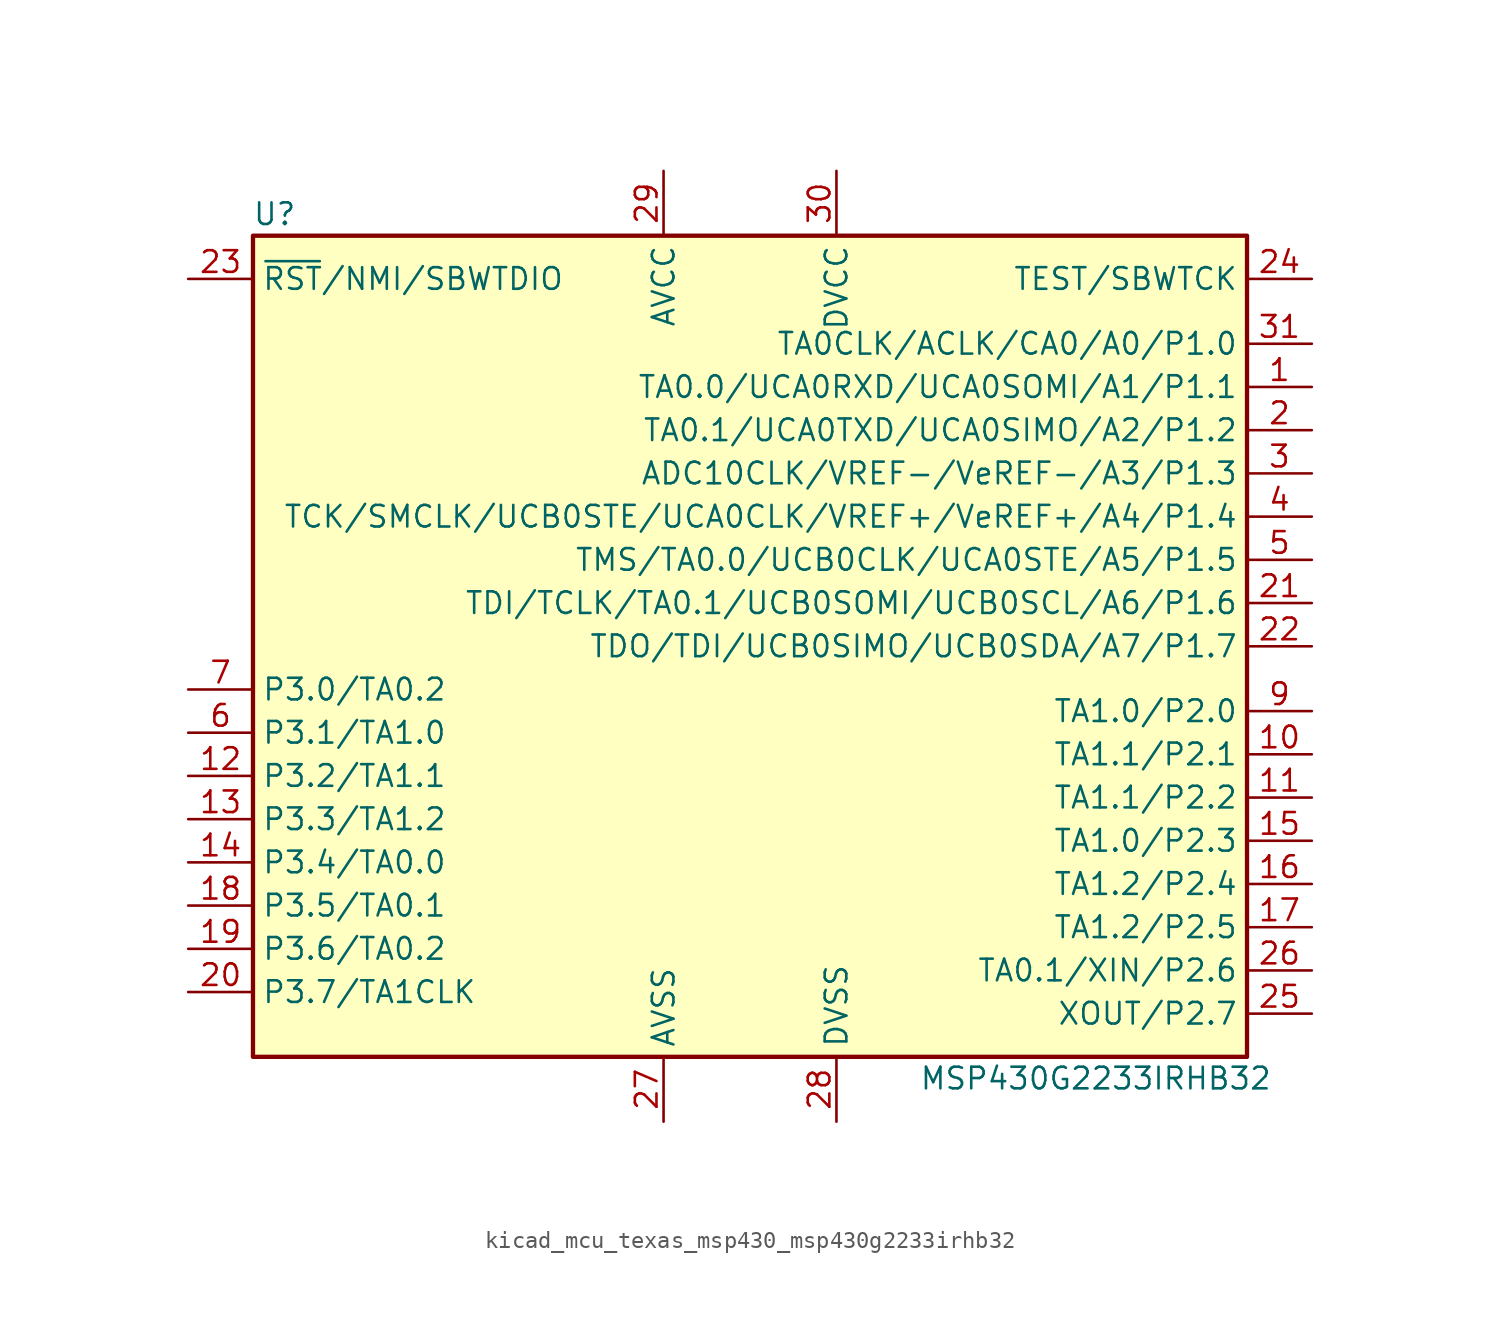
<source format=kicad_sym>
(kicad_symbol_lib
  (version 20220914)
  (generator kicad_symbol_editor)
  (symbol "kicad_mcu_texas_msp430_msp430g2233irhb32"
    (property "Reference" "U"
      (at -27.94 25.4 0)
      (effects (font (size 1.27 1.27))))
    (property "Value" "MSP430G2233IRHB32"
      (at 20.32 -25.4 0)
      (effects (font (size 1.27 1.27))))
    (symbol "kicad_mcu_texas_msp430_msp430g2233irhb32_0_1"
      (rectangle (start -29.21 24.13) (end 29.21 -24.13) (stroke (width 0.254) (type default)) (fill (type background))))
    (symbol "kicad_mcu_texas_msp430_msp430g2233irhb32_1_1"
      (pin bidirectional line (at 33.02 15.24 180) (length 3.81) (name "TA0.0/UCA0RXD/UCA0SOMI/A1/P1.1" (effects (font (size 1.27 1.27)))) (number "1" (effects (font (size 1.27 1.27)))))
      (pin bidirectional line (at 33.02 -6.35 180) (length 3.81) (name "TA1.1/P2.1" (effects (font (size 1.27 1.27)))) (number "10" (effects (font (size 1.27 1.27)))))
      (pin bidirectional line (at 33.02 -8.89 180) (length 3.81) (name "TA1.1/P2.2" (effects (font (size 1.27 1.27)))) (number "11" (effects (font (size 1.27 1.27)))))
      (pin bidirectional line (at -33.02 -7.62 0) (length 3.81) (name "P3.2/TA1.1" (effects (font (size 1.27 1.27)))) (number "12" (effects (font (size 1.27 1.27)))))
      (pin bidirectional line (at -33.02 -10.16 0) (length 3.81) (name "P3.3/TA1.2" (effects (font (size 1.27 1.27)))) (number "13" (effects (font (size 1.27 1.27)))))
      (pin bidirectional line (at -33.02 -12.7 0) (length 3.81) (name "P3.4/TA0.0" (effects (font (size 1.27 1.27)))) (number "14" (effects (font (size 1.27 1.27)))))
      (pin bidirectional line (at 33.02 -11.43 180) (length 3.81) (name "TA1.0/P2.3" (effects (font (size 1.27 1.27)))) (number "15" (effects (font (size 1.27 1.27)))))
      (pin bidirectional line (at 33.02 -13.97 180) (length 3.81) (name "TA1.2/P2.4" (effects (font (size 1.27 1.27)))) (number "16" (effects (font (size 1.27 1.27)))))
      (pin bidirectional line (at 33.02 -16.51 180) (length 3.81) (name "TA1.2/P2.5" (effects (font (size 1.27 1.27)))) (number "17" (effects (font (size 1.27 1.27)))))
      (pin bidirectional line (at -33.02 -15.24 0) (length 3.81) (name "P3.5/TA0.1" (effects (font (size 1.27 1.27)))) (number "18" (effects (font (size 1.27 1.27)))))
      (pin bidirectional line (at -33.02 -17.78 0) (length 3.81) (name "P3.6/TA0.2" (effects (font (size 1.27 1.27)))) (number "19" (effects (font (size 1.27 1.27)))))
      (pin bidirectional line (at 33.02 12.7 180) (length 3.81) (name "TA0.1/UCA0TXD/UCA0SIMO/A2/P1.2" (effects (font (size 1.27 1.27)))) (number "2" (effects (font (size 1.27 1.27)))))
      (pin bidirectional line (at -33.02 -20.32 0) (length 3.81) (name "P3.7/TA1CLK" (effects (font (size 1.27 1.27)))) (number "20" (effects (font (size 1.27 1.27)))))
      (pin bidirectional line (at 33.02 2.54 180) (length 3.81) (name "TDI/TCLK/TA0.1/UCB0SOMI/UCB0SCL/A6/P1.6" (effects (font (size 1.27 1.27)))) (number "21" (effects (font (size 1.27 1.27)))))
      (pin bidirectional line (at 33.02 0 180) (length 3.81) (name "TDO/TDI/UCB0SIMO/UCB0SDA/A7/P1.7" (effects (font (size 1.27 1.27)))) (number "22" (effects (font (size 1.27 1.27)))))
      (pin input line (at -33.02 21.59 0) (length 3.81) (name "~{RST}/NMI/SBWTDIO" (effects (font (size 1.27 1.27)))) (number "23" (effects (font (size 1.27 1.27)))))
      (pin input line (at 33.02 21.59 180) (length 3.81) (name "TEST/SBWTCK" (effects (font (size 1.27 1.27)))) (number "24" (effects (font (size 1.27 1.27)))))
      (pin bidirectional line (at 33.02 -21.59 180) (length 3.81) (name "XOUT/P2.7" (effects (font (size 1.27 1.27)))) (number "25" (effects (font (size 1.27 1.27)))))
      (pin bidirectional line (at 33.02 -19.05 180) (length 3.81) (name "TA0.1/XIN/P2.6" (effects (font (size 1.27 1.27)))) (number "26" (effects (font (size 1.27 1.27)))))
      (pin power_in line (at -5.08 -27.94 90) (length 3.81) (name "AVSS" (effects (font (size 1.27 1.27)))) (number "27" (effects (font (size 1.27 1.27)))))
      (pin power_in line (at 5.08 -27.94 90) (length 3.81) (name "DVSS" (effects (font (size 1.27 1.27)))) (number "28" (effects (font (size 1.27 1.27)))))
      (pin power_in line (at -5.08 27.94 270) (length 3.81) (name "AVCC" (effects (font (size 1.27 1.27)))) (number "29" (effects (font (size 1.27 1.27)))))
      (pin bidirectional line (at 33.02 10.16 180) (length 3.81) (name "ADC10CLK/VREF-/VeREF-/A3/P1.3" (effects (font (size 1.27 1.27)))) (number "3" (effects (font (size 1.27 1.27)))))
      (pin power_in line (at 5.08 27.94 270) (length 3.81) (name "DVCC" (effects (font (size 1.27 1.27)))) (number "30" (effects (font (size 1.27 1.27)))))
      (pin bidirectional line (at 33.02 17.78 180) (length 3.81) (name "TA0CLK/ACLK/CA0/A0/P1.0" (effects (font (size 1.27 1.27)))) (number "31" (effects (font (size 1.27 1.27)))))
      (pin bidirectional line (at 33.02 7.62 180) (length 3.81) (name "TCK/SMCLK/UCB0STE/UCA0CLK/VREF+/VeREF+/A4/P1.4" (effects (font (size 1.27 1.27)))) (number "4" (effects (font (size 1.27 1.27)))))
      (pin bidirectional line (at 33.02 5.08 180) (length 3.81) (name "TMS/TA0.0/UCB0CLK/UCA0STE/A5/P1.5" (effects (font (size 1.27 1.27)))) (number "5" (effects (font (size 1.27 1.27)))))
      (pin bidirectional line (at -33.02 -5.08 0) (length 3.81) (name "P3.1/TA1.0" (effects (font (size 1.27 1.27)))) (number "6" (effects (font (size 1.27 1.27)))))
      (pin bidirectional line (at -33.02 -2.54 0) (length 3.81) (name "P3.0/TA0.2" (effects (font (size 1.27 1.27)))) (number "7" (effects (font (size 1.27 1.27)))))
      (pin bidirectional line (at 33.02 -3.81 180) (length 3.81) (name "TA1.0/P2.0" (effects (font (size 1.27 1.27)))) (number "9" (effects (font (size 1.27 1.27))))))))
</source>
